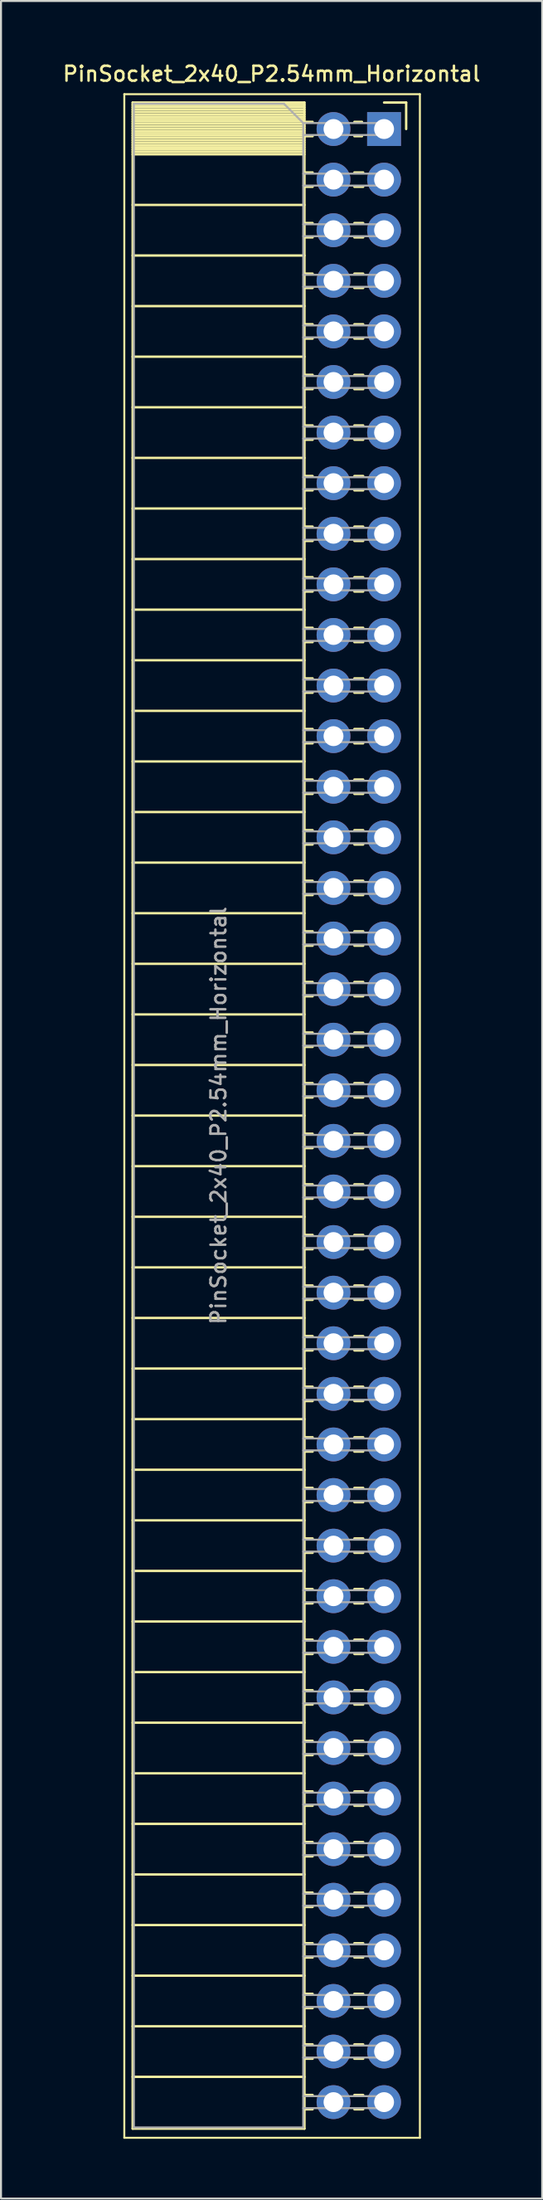
<source format=kicad_pcb>
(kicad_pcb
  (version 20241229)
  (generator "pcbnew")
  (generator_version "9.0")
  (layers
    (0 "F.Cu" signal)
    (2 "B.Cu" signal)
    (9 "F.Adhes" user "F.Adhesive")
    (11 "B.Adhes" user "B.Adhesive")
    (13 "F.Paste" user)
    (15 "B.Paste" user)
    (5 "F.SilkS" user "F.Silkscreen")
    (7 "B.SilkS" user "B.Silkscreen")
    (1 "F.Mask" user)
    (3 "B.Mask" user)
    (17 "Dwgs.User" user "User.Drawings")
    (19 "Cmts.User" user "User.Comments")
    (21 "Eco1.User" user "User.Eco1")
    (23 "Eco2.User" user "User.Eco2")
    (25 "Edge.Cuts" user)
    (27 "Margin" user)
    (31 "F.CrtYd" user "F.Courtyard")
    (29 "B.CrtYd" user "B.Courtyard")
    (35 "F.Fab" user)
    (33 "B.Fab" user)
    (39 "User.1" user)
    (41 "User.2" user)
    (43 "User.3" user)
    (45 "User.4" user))
  (footprint "PinSocket_2x40_P2.54mm_Horizontal"
    (layer "F.Cu")
    (at 16.245 3.428)
    (property "Reference" "PinSocket_2x40_P2.54mm_Horizontal" (at -5.65 -2.77 0) (layer "F.SilkS") (effects (font (size 0.75 0.75) (thickness 0.125))))
    (attr through_hole)
    (fp_line (start -13.05 -1.75) (end -13.05 100.85) (stroke (width 0.1) (type solid)) (layer "F.SilkS"))
    (fp_line (start -13.05 100.85) (end 1.8 100.85) (stroke (width 0.1) (type solid)) (layer "F.SilkS"))
    (fp_line (start -12.63 -1.33) (end -12.63 100.39) (stroke (width 0.12) (type solid)) (layer "F.SilkS"))
    (fp_line (start -12.63 -1.33) (end -4 -1.33) (stroke (width 0.12) (type solid)) (layer "F.SilkS"))
    (fp_line (start -12.63 -1.21) (end -4 -1.21) (stroke (width 0.12) (type solid)) (layer "F.SilkS"))
    (fp_line (start -12.63 -1.092) (end -4 -1.092) (stroke (width 0.12) (type solid)) (layer "F.SilkS"))
    (fp_line (start -12.63 -0.974) (end -4 -0.974) (stroke (width 0.12) (type solid)) (layer "F.SilkS"))
    (fp_line (start -12.63 -0.856) (end -4 -0.856) (stroke (width 0.12) (type solid)) (layer "F.SilkS"))
    (fp_line (start -12.63 -0.738) (end -4 -0.738) (stroke (width 0.12) (type solid)) (layer "F.SilkS"))
    (fp_line (start -12.63 -0.62) (end -4 -0.62) (stroke (width 0.12) (type solid)) (layer "F.SilkS"))
    (fp_line (start -12.63 -0.501) (end -4 -0.501) (stroke (width 0.12) (type solid)) (layer "F.SilkS"))
    (fp_line (start -12.63 -0.383) (end -4 -0.383) (stroke (width 0.12) (type solid)) (layer "F.SilkS"))
    (fp_line (start -12.63 -0.265) (end -4 -0.265) (stroke (width 0.12) (type solid)) (layer "F.SilkS"))
    (fp_line (start -12.63 -0.147) (end -4 -0.147) (stroke (width 0.12) (type solid)) (layer "F.SilkS"))
    (fp_line (start -12.63 -0.029) (end -4 -0.029) (stroke (width 0.12) (type solid)) (layer "F.SilkS"))
    (fp_line (start -12.63 0.089) (end -4 0.089) (stroke (width 0.12) (type solid)) (layer "F.SilkS"))
    (fp_line (start -12.63 0.207) (end -4 0.207) (stroke (width 0.12) (type solid)) (layer "F.SilkS"))
    (fp_line (start -12.63 0.325) (end -4 0.325) (stroke (width 0.12) (type solid)) (layer "F.SilkS"))
    (fp_line (start -12.63 0.443) (end -4 0.443) (stroke (width 0.12) (type solid)) (layer "F.SilkS"))
    (fp_line (start -12.63 0.561) (end -4 0.561) (stroke (width 0.12) (type solid)) (layer "F.SilkS"))
    (fp_line (start -12.63 0.68) (end -4 0.68) (stroke (width 0.12) (type solid)) (layer "F.SilkS"))
    (fp_line (start -12.63 0.798) (end -4 0.798) (stroke (width 0.12) (type solid)) (layer "F.SilkS"))
    (fp_line (start -12.63 0.916) (end -4 0.916) (stroke (width 0.12) (type solid)) (layer "F.SilkS"))
    (fp_line (start -12.63 1.034) (end -4 1.034) (stroke (width 0.12) (type solid)) (layer "F.SilkS"))
    (fp_line (start -12.63 1.152) (end -4 1.152) (stroke (width 0.12) (type solid)) (layer "F.SilkS"))
    (fp_line (start -12.63 1.27) (end -4 1.27) (stroke (width 0.12) (type solid)) (layer "F.SilkS"))
    (fp_line (start -12.63 3.81) (end -4 3.81) (stroke (width 0.12) (type solid)) (layer "F.SilkS"))
    (fp_line (start -12.63 6.35) (end -4 6.35) (stroke (width 0.12) (type solid)) (layer "F.SilkS"))
    (fp_line (start -12.63 8.89) (end -4 8.89) (stroke (width 0.12) (type solid)) (layer "F.SilkS"))
    (fp_line (start -12.63 11.43) (end -4 11.43) (stroke (width 0.12) (type solid)) (layer "F.SilkS"))
    (fp_line (start -12.63 13.97) (end -4 13.97) (stroke (width 0.12) (type solid)) (layer "F.SilkS"))
    (fp_line (start -12.63 16.51) (end -4 16.51) (stroke (width 0.12) (type solid)) (layer "F.SilkS"))
    (fp_line (start -12.63 19.05) (end -4 19.05) (stroke (width 0.12) (type solid)) (layer "F.SilkS"))
    (fp_line (start -12.63 21.59) (end -4 21.59) (stroke (width 0.12) (type solid)) (layer "F.SilkS"))
    (fp_line (start -12.63 24.13) (end -4 24.13) (stroke (width 0.12) (type solid)) (layer "F.SilkS"))
    (fp_line (start -12.63 26.67) (end -4 26.67) (stroke (width 0.12) (type solid)) (layer "F.SilkS"))
    (fp_line (start -12.63 29.21) (end -4 29.21) (stroke (width 0.12) (type solid)) (layer "F.SilkS"))
    (fp_line (start -12.63 31.75) (end -4 31.75) (stroke (width 0.12) (type solid)) (layer "F.SilkS"))
    (fp_line (start -12.63 34.29) (end -4 34.29) (stroke (width 0.12) (type solid)) (layer "F.SilkS"))
    (fp_line (start -12.63 36.83) (end -4 36.83) (stroke (width 0.12) (type solid)) (layer "F.SilkS"))
    (fp_line (start -12.63 39.37) (end -4 39.37) (stroke (width 0.12) (type solid)) (layer "F.SilkS"))
    (fp_line (start -12.63 41.91) (end -4 41.91) (stroke (width 0.12) (type solid)) (layer "F.SilkS"))
    (fp_line (start -12.63 44.45) (end -4 44.45) (stroke (width 0.12) (type solid)) (layer "F.SilkS"))
    (fp_line (start -12.63 46.99) (end -4 46.99) (stroke (width 0.12) (type solid)) (layer "F.SilkS"))
    (fp_line (start -12.63 49.53) (end -4 49.53) (stroke (width 0.12) (type solid)) (layer "F.SilkS"))
    (fp_line (start -12.63 52.07) (end -4 52.07) (stroke (width 0.12) (type solid)) (layer "F.SilkS"))
    (fp_line (start -12.63 54.61) (end -4 54.61) (stroke (width 0.12) (type solid)) (layer "F.SilkS"))
    (fp_line (start -12.63 57.15) (end -4 57.15) (stroke (width 0.12) (type solid)) (layer "F.SilkS"))
    (fp_line (start -12.63 59.69) (end -4 59.69) (stroke (width 0.12) (type solid)) (layer "F.SilkS"))
    (fp_line (start -12.63 62.23) (end -4 62.23) (stroke (width 0.12) (type solid)) (layer "F.SilkS"))
    (fp_line (start -12.63 64.77) (end -4 64.77) (stroke (width 0.12) (type solid)) (layer "F.SilkS"))
    (fp_line (start -12.63 67.31) (end -4 67.31) (stroke (width 0.12) (type solid)) (layer "F.SilkS"))
    (fp_line (start -12.63 69.85) (end -4 69.85) (stroke (width 0.12) (type solid)) (layer "F.SilkS"))
    (fp_line (start -12.63 72.39) (end -4 72.39) (stroke (width 0.12) (type solid)) (layer "F.SilkS"))
    (fp_line (start -12.63 74.93) (end -4 74.93) (stroke (width 0.12) (type solid)) (layer "F.SilkS"))
    (fp_line (start -12.63 77.47) (end -4 77.47) (stroke (width 0.12) (type solid)) (layer "F.SilkS"))
    (fp_line (start -12.63 80.01) (end -4 80.01) (stroke (width 0.12) (type solid)) (layer "F.SilkS"))
    (fp_line (start -12.63 82.55) (end -4 82.55) (stroke (width 0.12) (type solid)) (layer "F.SilkS"))
    (fp_line (start -12.63 85.09) (end -4 85.09) (stroke (width 0.12) (type solid)) (layer "F.SilkS"))
    (fp_line (start -12.63 87.63) (end -4 87.63) (stroke (width 0.12) (type solid)) (layer "F.SilkS"))
    (fp_line (start -12.63 90.17) (end -4 90.17) (stroke (width 0.12) (type solid)) (layer "F.SilkS"))
    (fp_line (start -12.63 92.71) (end -4 92.71) (stroke (width 0.12) (type solid)) (layer "F.SilkS"))
    (fp_line (start -12.63 95.25) (end -4 95.25) (stroke (width 0.12) (type solid)) (layer "F.SilkS"))
    (fp_line (start -12.63 97.79) (end -4 97.79) (stroke (width 0.12) (type solid)) (layer "F.SilkS"))
    (fp_line (start -12.63 100.39) (end -4 100.39) (stroke (width 0.12) (type solid)) (layer "F.SilkS"))
    (fp_line (start -4 -1.33) (end -4 100.39) (stroke (width 0.12) (type solid)) (layer "F.SilkS"))
    (fp_line (start -4 -0.36) (end -3.59 -0.36) (stroke (width 0.12) (type solid)) (layer "F.SilkS"))
    (fp_line (start -4 0.36) (end -3.59 0.36) (stroke (width 0.12) (type solid)) (layer "F.SilkS"))
    (fp_line (start -4 2.18) (end -3.59 2.18) (stroke (width 0.12) (type solid)) (layer "F.SilkS"))
    (fp_line (start -4 2.9) (end -3.59 2.9) (stroke (width 0.12) (type solid)) (layer "F.SilkS"))
    (fp_line (start -4 4.72) (end -3.59 4.72) (stroke (width 0.12) (type solid)) (layer "F.SilkS"))
    (fp_line (start -4 5.44) (end -3.59 5.44) (stroke (width 0.12) (type solid)) (layer "F.SilkS"))
    (fp_line (start -4 7.26) (end -3.59 7.26) (stroke (width 0.12) (type solid)) (layer "F.SilkS"))
    (fp_line (start -4 7.98) (end -3.59 7.98) (stroke (width 0.12) (type solid)) (layer "F.SilkS"))
    (fp_line (start -4 9.8) (end -3.59 9.8) (stroke (width 0.12) (type solid)) (layer "F.SilkS"))
    (fp_line (start -4 10.52) (end -3.59 10.52) (stroke (width 0.12) (type solid)) (layer "F.SilkS"))
    (fp_line (start -4 12.34) (end -3.59 12.34) (stroke (width 0.12) (type solid)) (layer "F.SilkS"))
    (fp_line (start -4 13.06) (end -3.59 13.06) (stroke (width 0.12) (type solid)) (layer "F.SilkS"))
    (fp_line (start -4 14.88) (end -3.59 14.88) (stroke (width 0.12) (type solid)) (layer "F.SilkS"))
    (fp_line (start -4 15.6) (end -3.59 15.6) (stroke (width 0.12) (type solid)) (layer "F.SilkS"))
    (fp_line (start -4 17.42) (end -3.59 17.42) (stroke (width 0.12) (type solid)) (layer "F.SilkS"))
    (fp_line (start -4 18.14) (end -3.59 18.14) (stroke (width 0.12) (type solid)) (layer "F.SilkS"))
    (fp_line (start -4 19.96) (end -3.59 19.96) (stroke (width 0.12) (type solid)) (layer "F.SilkS"))
    (fp_line (start -4 20.68) (end -3.59 20.68) (stroke (width 0.12) (type solid)) (layer "F.SilkS"))
    (fp_line (start -4 22.5) (end -3.59 22.5) (stroke (width 0.12) (type solid)) (layer "F.SilkS"))
    (fp_line (start -4 23.22) (end -3.59 23.22) (stroke (width 0.12) (type solid)) (layer "F.SilkS"))
    (fp_line (start -4 25.04) (end -3.59 25.04) (stroke (width 0.12) (type solid)) (layer "F.SilkS"))
    (fp_line (start -4 25.76) (end -3.59 25.76) (stroke (width 0.12) (type solid)) (layer "F.SilkS"))
    (fp_line (start -4 27.58) (end -3.59 27.58) (stroke (width 0.12) (type solid)) (layer "F.SilkS"))
    (fp_line (start -4 28.3) (end -3.59 28.3) (stroke (width 0.12) (type solid)) (layer "F.SilkS"))
    (fp_line (start -4 30.12) (end -3.59 30.12) (stroke (width 0.12) (type solid)) (layer "F.SilkS"))
    (fp_line (start -4 30.84) (end -3.59 30.84) (stroke (width 0.12) (type solid)) (layer "F.SilkS"))
    (fp_line (start -4 32.66) (end -3.59 32.66) (stroke (width 0.12) (type solid)) (layer "F.SilkS"))
    (fp_line (start -4 33.38) (end -3.59 33.38) (stroke (width 0.12) (type solid)) (layer "F.SilkS"))
    (fp_line (start -4 35.2) (end -3.59 35.2) (stroke (width 0.12) (type solid)) (layer "F.SilkS"))
    (fp_line (start -4 35.92) (end -3.59 35.92) (stroke (width 0.12) (type solid)) (layer "F.SilkS"))
    (fp_line (start -4 37.74) (end -3.59 37.74) (stroke (width 0.12) (type solid)) (layer "F.SilkS"))
    (fp_line (start -4 38.46) (end -3.59 38.46) (stroke (width 0.12) (type solid)) (layer "F.SilkS"))
    (fp_line (start -4 40.28) (end -3.59 40.28) (stroke (width 0.12) (type solid)) (layer "F.SilkS"))
    (fp_line (start -4 41) (end -3.59 41) (stroke (width 0.12) (type solid)) (layer "F.SilkS"))
    (fp_line (start -4 42.82) (end -3.59 42.82) (stroke (width 0.12) (type solid)) (layer "F.SilkS"))
    (fp_line (start -4 43.54) (end -3.59 43.54) (stroke (width 0.12) (type solid)) (layer "F.SilkS"))
    (fp_line (start -4 45.36) (end -3.59 45.36) (stroke (width 0.12) (type solid)) (layer "F.SilkS"))
    (fp_line (start -4 46.08) (end -3.59 46.08) (stroke (width 0.12) (type solid)) (layer "F.SilkS"))
    (fp_line (start -4 47.9) (end -3.59 47.9) (stroke (width 0.12) (type solid)) (layer "F.SilkS"))
    (fp_line (start -4 48.62) (end -3.59 48.62) (stroke (width 0.12) (type solid)) (layer "F.SilkS"))
    (fp_line (start -4 50.44) (end -3.59 50.44) (stroke (width 0.12) (type solid)) (layer "F.SilkS"))
    (fp_line (start -4 51.16) (end -3.59 51.16) (stroke (width 0.12) (type solid)) (layer "F.SilkS"))
    (fp_line (start -4 52.98) (end -3.59 52.98) (stroke (width 0.12) (type solid)) (layer "F.SilkS"))
    (fp_line (start -4 53.7) (end -3.59 53.7) (stroke (width 0.12) (type solid)) (layer "F.SilkS"))
    (fp_line (start -4 55.52) (end -3.59 55.52) (stroke (width 0.12) (type solid)) (layer "F.SilkS"))
    (fp_line (start -4 56.24) (end -3.59 56.24) (stroke (width 0.12) (type solid)) (layer "F.SilkS"))
    (fp_line (start -4 58.06) (end -3.59 58.06) (stroke (width 0.12) (type solid)) (layer "F.SilkS"))
    (fp_line (start -4 58.78) (end -3.59 58.78) (stroke (width 0.12) (type solid)) (layer "F.SilkS"))
    (fp_line (start -4 60.6) (end -3.59 60.6) (stroke (width 0.12) (type solid)) (layer "F.SilkS"))
    (fp_line (start -4 61.32) (end -3.59 61.32) (stroke (width 0.12) (type solid)) (layer "F.SilkS"))
    (fp_line (start -4 63.14) (end -3.59 63.14) (stroke (width 0.12) (type solid)) (layer "F.SilkS"))
    (fp_line (start -4 63.86) (end -3.59 63.86) (stroke (width 0.12) (type solid)) (layer "F.SilkS"))
    (fp_line (start -4 65.68) (end -3.59 65.68) (stroke (width 0.12) (type solid)) (layer "F.SilkS"))
    (fp_line (start -4 66.4) (end -3.59 66.4) (stroke (width 0.12) (type solid)) (layer "F.SilkS"))
    (fp_line (start -4 68.22) (end -3.59 68.22) (stroke (width 0.12) (type solid)) (layer "F.SilkS"))
    (fp_line (start -4 68.94) (end -3.59 68.94) (stroke (width 0.12) (type solid)) (layer "F.SilkS"))
    (fp_line (start -4 70.76) (end -3.59 70.76) (stroke (width 0.12) (type solid)) (layer "F.SilkS"))
    (fp_line (start -4 71.48) (end -3.59 71.48) (stroke (width 0.12) (type solid)) (layer "F.SilkS"))
    (fp_line (start -4 73.3) (end -3.59 73.3) (stroke (width 0.12) (type solid)) (layer "F.SilkS"))
    (fp_line (start -4 74.02) (end -3.59 74.02) (stroke (width 0.12) (type solid)) (layer "F.SilkS"))
    (fp_line (start -4 75.84) (end -3.59 75.84) (stroke (width 0.12) (type solid)) (layer "F.SilkS"))
    (fp_line (start -4 76.56) (end -3.59 76.56) (stroke (width 0.12) (type solid)) (layer "F.SilkS"))
    (fp_line (start -4 78.38) (end -3.59 78.38) (stroke (width 0.12) (type solid)) (layer "F.SilkS"))
    (fp_line (start -4 79.1) (end -3.59 79.1) (stroke (width 0.12) (type solid)) (layer "F.SilkS"))
    (fp_line (start -4 80.92) (end -3.59 80.92) (stroke (width 0.12) (type solid)) (layer "F.SilkS"))
    (fp_line (start -4 81.64) (end -3.59 81.64) (stroke (width 0.12) (type solid)) (layer "F.SilkS"))
    (fp_line (start -4 83.46) (end -3.59 83.46) (stroke (width 0.12) (type solid)) (layer "F.SilkS"))
    (fp_line (start -4 84.18) (end -3.59 84.18) (stroke (width 0.12) (type solid)) (layer "F.SilkS"))
    (fp_line (start -4 86) (end -3.59 86) (stroke (width 0.12) (type solid)) (layer "F.SilkS"))
    (fp_line (start -4 86.72) (end -3.59 86.72) (stroke (width 0.12) (type solid)) (layer "F.SilkS"))
    (fp_line (start -4 88.54) (end -3.59 88.54) (stroke (width 0.12) (type solid)) (layer "F.SilkS"))
    (fp_line (start -4 89.26) (end -3.59 89.26) (stroke (width 0.12) (type solid)) (layer "F.SilkS"))
    (fp_line (start -4 91.08) (end -3.59 91.08) (stroke (width 0.12) (type solid)) (layer "F.SilkS"))
    (fp_line (start -4 91.8) (end -3.59 91.8) (stroke (width 0.12) (type solid)) (layer "F.SilkS"))
    (fp_line (start -4 93.62) (end -3.59 93.62) (stroke (width 0.12) (type solid)) (layer "F.SilkS"))
    (fp_line (start -4 94.34) (end -3.59 94.34) (stroke (width 0.12) (type solid)) (layer "F.SilkS"))
    (fp_line (start -4 96.16) (end -3.59 96.16) (stroke (width 0.12) (type solid)) (layer "F.SilkS"))
    (fp_line (start -4 96.88) (end -3.59 96.88) (stroke (width 0.12) (type solid)) (layer "F.SilkS"))
    (fp_line (start -4 98.7) (end -3.59 98.7) (stroke (width 0.12) (type solid)) (layer "F.SilkS"))
    (fp_line (start -4 99.42) (end -3.59 99.42) (stroke (width 0.12) (type solid)) (layer "F.SilkS"))
    (fp_line (start -1.49 -0.36) (end -1.11 -0.36) (stroke (width 0.12) (type solid)) (layer "F.SilkS"))
    (fp_line (start -1.49 0.36) (end -1.11 0.36) (stroke (width 0.12) (type solid)) (layer "F.SilkS"))
    (fp_line (start -1.49 2.18) (end -1.05 2.18) (stroke (width 0.12) (type solid)) (layer "F.SilkS"))
    (fp_line (start -1.49 2.9) (end -1.05 2.9) (stroke (width 0.12) (type solid)) (layer "F.SilkS"))
    (fp_line (start -1.49 4.72) (end -1.05 4.72) (stroke (width 0.12) (type solid)) (layer "F.SilkS"))
    (fp_line (start -1.49 5.44) (end -1.05 5.44) (stroke (width 0.12) (type solid)) (layer "F.SilkS"))
    (fp_line (start -1.49 7.26) (end -1.05 7.26) (stroke (width 0.12) (type solid)) (layer "F.SilkS"))
    (fp_line (start -1.49 7.98) (end -1.05 7.98) (stroke (width 0.12) (type solid)) (layer "F.SilkS"))
    (fp_line (start -1.49 9.8) (end -1.05 9.8) (stroke (width 0.12) (type solid)) (layer "F.SilkS"))
    (fp_line (start -1.49 10.52) (end -1.05 10.52) (stroke (width 0.12) (type solid)) (layer "F.SilkS"))
    (fp_line (start -1.49 12.34) (end -1.05 12.34) (stroke (width 0.12) (type solid)) (layer "F.SilkS"))
    (fp_line (start -1.49 13.06) (end -1.05 13.06) (stroke (width 0.12) (type solid)) (layer "F.SilkS"))
    (fp_line (start -1.49 14.88) (end -1.05 14.88) (stroke (width 0.12) (type solid)) (layer "F.SilkS"))
    (fp_line (start -1.49 15.6) (end -1.05 15.6) (stroke (width 0.12) (type solid)) (layer "F.SilkS"))
    (fp_line (start -1.49 17.42) (end -1.05 17.42) (stroke (width 0.12) (type solid)) (layer "F.SilkS"))
    (fp_line (start -1.49 18.14) (end -1.05 18.14) (stroke (width 0.12) (type solid)) (layer "F.SilkS"))
    (fp_line (start -1.49 19.96) (end -1.05 19.96) (stroke (width 0.12) (type solid)) (layer "F.SilkS"))
    (fp_line (start -1.49 20.68) (end -1.05 20.68) (stroke (width 0.12) (type solid)) (layer "F.SilkS"))
    (fp_line (start -1.49 22.5) (end -1.05 22.5) (stroke (width 0.12) (type solid)) (layer "F.SilkS"))
    (fp_line (start -1.49 23.22) (end -1.05 23.22) (stroke (width 0.12) (type solid)) (layer "F.SilkS"))
    (fp_line (start -1.49 25.04) (end -1.05 25.04) (stroke (width 0.12) (type solid)) (layer "F.SilkS"))
    (fp_line (start -1.49 25.76) (end -1.05 25.76) (stroke (width 0.12) (type solid)) (layer "F.SilkS"))
    (fp_line (start -1.49 27.58) (end -1.05 27.58) (stroke (width 0.12) (type solid)) (layer "F.SilkS"))
    (fp_line (start -1.49 28.3) (end -1.05 28.3) (stroke (width 0.12) (type solid)) (layer "F.SilkS"))
    (fp_line (start -1.49 30.12) (end -1.05 30.12) (stroke (width 0.12) (type solid)) (layer "F.SilkS"))
    (fp_line (start -1.49 30.84) (end -1.05 30.84) (stroke (width 0.12) (type solid)) (layer "F.SilkS"))
    (fp_line (start -1.49 32.66) (end -1.05 32.66) (stroke (width 0.12) (type solid)) (layer "F.SilkS"))
    (fp_line (start -1.49 33.38) (end -1.05 33.38) (stroke (width 0.12) (type solid)) (layer "F.SilkS"))
    (fp_line (start -1.49 35.2) (end -1.05 35.2) (stroke (width 0.12) (type solid)) (layer "F.SilkS"))
    (fp_line (start -1.49 35.92) (end -1.05 35.92) (stroke (width 0.12) (type solid)) (layer "F.SilkS"))
    (fp_line (start -1.49 37.74) (end -1.05 37.74) (stroke (width 0.12) (type solid)) (layer "F.SilkS"))
    (fp_line (start -1.49 38.46) (end -1.05 38.46) (stroke (width 0.12) (type solid)) (layer "F.SilkS"))
    (fp_line (start -1.49 40.28) (end -1.05 40.28) (stroke (width 0.12) (type solid)) (layer "F.SilkS"))
    (fp_line (start -1.49 41) (end -1.05 41) (stroke (width 0.12) (type solid)) (layer "F.SilkS"))
    (fp_line (start -1.49 42.82) (end -1.05 42.82) (stroke (width 0.12) (type solid)) (layer "F.SilkS"))
    (fp_line (start -1.49 43.54) (end -1.05 43.54) (stroke (width 0.12) (type solid)) (layer "F.SilkS"))
    (fp_line (start -1.49 45.36) (end -1.05 45.36) (stroke (width 0.12) (type solid)) (layer "F.SilkS"))
    (fp_line (start -1.49 46.08) (end -1.05 46.08) (stroke (width 0.12) (type solid)) (layer "F.SilkS"))
    (fp_line (start -1.49 47.9) (end -1.05 47.9) (stroke (width 0.12) (type solid)) (layer "F.SilkS"))
    (fp_line (start -1.49 48.62) (end -1.05 48.62) (stroke (width 0.12) (type solid)) (layer "F.SilkS"))
    (fp_line (start -1.49 50.44) (end -1.05 50.44) (stroke (width 0.12) (type solid)) (layer "F.SilkS"))
    (fp_line (start -1.49 51.16) (end -1.05 51.16) (stroke (width 0.12) (type solid)) (layer "F.SilkS"))
    (fp_line (start -1.49 52.98) (end -1.05 52.98) (stroke (width 0.12) (type solid)) (layer "F.SilkS"))
    (fp_line (start -1.49 53.7) (end -1.05 53.7) (stroke (width 0.12) (type solid)) (layer "F.SilkS"))
    (fp_line (start -1.49 55.52) (end -1.05 55.52) (stroke (width 0.12) (type solid)) (layer "F.SilkS"))
    (fp_line (start -1.49 56.24) (end -1.05 56.24) (stroke (width 0.12) (type solid)) (layer "F.SilkS"))
    (fp_line (start -1.49 58.06) (end -1.05 58.06) (stroke (width 0.12) (type solid)) (layer "F.SilkS"))
    (fp_line (start -1.49 58.78) (end -1.05 58.78) (stroke (width 0.12) (type solid)) (layer "F.SilkS"))
    (fp_line (start -1.49 60.6) (end -1.05 60.6) (stroke (width 0.12) (type solid)) (layer "F.SilkS"))
    (fp_line (start -1.49 61.32) (end -1.05 61.32) (stroke (width 0.12) (type solid)) (layer "F.SilkS"))
    (fp_line (start -1.49 63.14) (end -1.05 63.14) (stroke (width 0.12) (type solid)) (layer "F.SilkS"))
    (fp_line (start -1.49 63.86) (end -1.05 63.86) (stroke (width 0.12) (type solid)) (layer "F.SilkS"))
    (fp_line (start -1.49 65.68) (end -1.05 65.68) (stroke (width 0.12) (type solid)) (layer "F.SilkS"))
    (fp_line (start -1.49 66.4) (end -1.05 66.4) (stroke (width 0.12) (type solid)) (layer "F.SilkS"))
    (fp_line (start -1.49 68.22) (end -1.05 68.22) (stroke (width 0.12) (type solid)) (layer "F.SilkS"))
    (fp_line (start -1.49 68.94) (end -1.05 68.94) (stroke (width 0.12) (type solid)) (layer "F.SilkS"))
    (fp_line (start -1.49 70.76) (end -1.05 70.76) (stroke (width 0.12) (type solid)) (layer "F.SilkS"))
    (fp_line (start -1.49 71.48) (end -1.05 71.48) (stroke (width 0.12) (type solid)) (layer "F.SilkS"))
    (fp_line (start -1.49 73.3) (end -1.05 73.3) (stroke (width 0.12) (type solid)) (layer "F.SilkS"))
    (fp_line (start -1.49 74.02) (end -1.05 74.02) (stroke (width 0.12) (type solid)) (layer "F.SilkS"))
    (fp_line (start -1.49 75.84) (end -1.05 75.84) (stroke (width 0.12) (type solid)) (layer "F.SilkS"))
    (fp_line (start -1.49 76.56) (end -1.05 76.56) (stroke (width 0.12) (type solid)) (layer "F.SilkS"))
    (fp_line (start -1.49 78.38) (end -1.05 78.38) (stroke (width 0.12) (type solid)) (layer "F.SilkS"))
    (fp_line (start -1.49 79.1) (end -1.05 79.1) (stroke (width 0.12) (type solid)) (layer "F.SilkS"))
    (fp_line (start -1.49 80.92) (end -1.05 80.92) (stroke (width 0.12) (type solid)) (layer "F.SilkS"))
    (fp_line (start -1.49 81.64) (end -1.05 81.64) (stroke (width 0.12) (type solid)) (layer "F.SilkS"))
    (fp_line (start -1.49 83.46) (end -1.05 83.46) (stroke (width 0.12) (type solid)) (layer "F.SilkS"))
    (fp_line (start -1.49 84.18) (end -1.05 84.18) (stroke (width 0.12) (type solid)) (layer "F.SilkS"))
    (fp_line (start -1.49 86) (end -1.05 86) (stroke (width 0.12) (type solid)) (layer "F.SilkS"))
    (fp_line (start -1.49 86.72) (end -1.05 86.72) (stroke (width 0.12) (type solid)) (layer "F.SilkS"))
    (fp_line (start -1.49 88.54) (end -1.05 88.54) (stroke (width 0.12) (type solid)) (layer "F.SilkS"))
    (fp_line (start -1.49 89.26) (end -1.05 89.26) (stroke (width 0.12) (type solid)) (layer "F.SilkS"))
    (fp_line (start -1.49 91.08) (end -1.05 91.08) (stroke (width 0.12) (type solid)) (layer "F.SilkS"))
    (fp_line (start -1.49 91.8) (end -1.05 91.8) (stroke (width 0.12) (type solid)) (layer "F.SilkS"))
    (fp_line (start -1.49 93.62) (end -1.05 93.62) (stroke (width 0.12) (type solid)) (layer "F.SilkS"))
    (fp_line (start -1.49 94.34) (end -1.05 94.34) (stroke (width 0.12) (type solid)) (layer "F.SilkS"))
    (fp_line (start -1.49 96.16) (end -1.05 96.16) (stroke (width 0.12) (type solid)) (layer "F.SilkS"))
    (fp_line (start -1.49 96.88) (end -1.05 96.88) (stroke (width 0.12) (type solid)) (layer "F.SilkS"))
    (fp_line (start -1.49 98.7) (end -1.05 98.7) (stroke (width 0.12) (type solid)) (layer "F.SilkS"))
    (fp_line (start -1.49 99.42) (end -1.05 99.42) (stroke (width 0.12) (type solid)) (layer "F.SilkS"))
    (fp_line (start 0 -1.33) (end 1.11 -1.33) (stroke (width 0.12) (type solid)) (layer "F.SilkS"))
    (fp_line (start 1.11 -1.33) (end 1.11 0) (stroke (width 0.12) (type solid)) (layer "F.SilkS"))
    (fp_line (start 1.8 -1.75) (end -13.05 -1.75) (stroke (width 0.1) (type solid)) (layer "F.SilkS"))
    (fp_line (start 1.8 100.85) (end 1.8 -1.75) (stroke (width 0.1) (type solid)) (layer "F.SilkS"))
    (fp_line (start -12.57 -1.27) (end -5.03 -1.27) (stroke (width 0.1) (type solid)) (layer "F.Fab"))
    (fp_line (start -12.57 100.33) (end -12.57 -1.27) (stroke (width 0.1) (type solid)) (layer "F.Fab"))
    (fp_line (start -5.03 -1.27) (end -4.06 -0.3) (stroke (width 0.1) (type solid)) (layer "F.Fab"))
    (fp_line (start -4.06 -0.3) (end -4.06 100.33) (stroke (width 0.1) (type solid)) (layer "F.Fab"))
    (fp_line (start -4.06 0.3) (end 0 0.3) (stroke (width 0.1) (type solid)) (layer "F.Fab"))
    (fp_line (start -4.06 2.84) (end 0 2.84) (stroke (width 0.1) (type solid)) (layer "F.Fab"))
    (fp_line (start -4.06 5.38) (end 0 5.38) (stroke (width 0.1) (type solid)) (layer "F.Fab"))
    (fp_line (start -4.06 7.92) (end 0 7.92) (stroke (width 0.1) (type solid)) (layer "F.Fab"))
    (fp_line (start -4.06 10.46) (end 0 10.46) (stroke (width 0.1) (type solid)) (layer "F.Fab"))
    (fp_line (start -4.06 13) (end 0 13) (stroke (width 0.1) (type solid)) (layer "F.Fab"))
    (fp_line (start -4.06 15.54) (end 0 15.54) (stroke (width 0.1) (type solid)) (layer "F.Fab"))
    (fp_line (start -4.06 18.08) (end 0 18.08) (stroke (width 0.1) (type solid)) (layer "F.Fab"))
    (fp_line (start -4.06 20.62) (end 0 20.62) (stroke (width 0.1) (type solid)) (layer "F.Fab"))
    (fp_line (start -4.06 23.16) (end 0 23.16) (stroke (width 0.1) (type solid)) (layer "F.Fab"))
    (fp_line (start -4.06 25.7) (end 0 25.7) (stroke (width 0.1) (type solid)) (layer "F.Fab"))
    (fp_line (start -4.06 28.24) (end 0 28.24) (stroke (width 0.1) (type solid)) (layer "F.Fab"))
    (fp_line (start -4.06 30.78) (end 0 30.78) (stroke (width 0.1) (type solid)) (layer "F.Fab"))
    (fp_line (start -4.06 33.32) (end 0 33.32) (stroke (width 0.1) (type solid)) (layer "F.Fab"))
    (fp_line (start -4.06 35.86) (end 0 35.86) (stroke (width 0.1) (type solid)) (layer "F.Fab"))
    (fp_line (start -4.06 38.4) (end 0 38.4) (stroke (width 0.1) (type solid)) (layer "F.Fab"))
    (fp_line (start -4.06 40.94) (end 0 40.94) (stroke (width 0.1) (type solid)) (layer "F.Fab"))
    (fp_line (start -4.06 43.48) (end 0 43.48) (stroke (width 0.1) (type solid)) (layer "F.Fab"))
    (fp_line (start -4.06 46.02) (end 0 46.02) (stroke (width 0.1) (type solid)) (layer "F.Fab"))
    (fp_line (start -4.06 48.56) (end 0 48.56) (stroke (width 0.1) (type solid)) (layer "F.Fab"))
    (fp_line (start -4.06 51.1) (end 0 51.1) (stroke (width 0.1) (type solid)) (layer "F.Fab"))
    (fp_line (start -4.06 53.64) (end 0 53.64) (stroke (width 0.1) (type solid)) (layer "F.Fab"))
    (fp_line (start -4.06 56.18) (end 0 56.18) (stroke (width 0.1) (type solid)) (layer "F.Fab"))
    (fp_line (start -4.06 58.72) (end 0 58.72) (stroke (width 0.1) (type solid)) (layer "F.Fab"))
    (fp_line (start -4.06 61.26) (end 0 61.26) (stroke (width 0.1) (type solid)) (layer "F.Fab"))
    (fp_line (start -4.06 63.8) (end 0 63.8) (stroke (width 0.1) (type solid)) (layer "F.Fab"))
    (fp_line (start -4.06 66.34) (end 0 66.34) (stroke (width 0.1) (type solid)) (layer "F.Fab"))
    (fp_line (start -4.06 68.88) (end 0 68.88) (stroke (width 0.1) (type solid)) (layer "F.Fab"))
    (fp_line (start -4.06 71.42) (end 0 71.42) (stroke (width 0.1) (type solid)) (layer "F.Fab"))
    (fp_line (start -4.06 73.96) (end 0 73.96) (stroke (width 0.1) (type solid)) (layer "F.Fab"))
    (fp_line (start -4.06 76.5) (end 0 76.5) (stroke (width 0.1) (type solid)) (layer "F.Fab"))
    (fp_line (start -4.06 79.04) (end 0 79.04) (stroke (width 0.1) (type solid)) (layer "F.Fab"))
    (fp_line (start -4.06 81.58) (end 0 81.58) (stroke (width 0.1) (type solid)) (layer "F.Fab"))
    (fp_line (start -4.06 84.12) (end 0 84.12) (stroke (width 0.1) (type solid)) (layer "F.Fab"))
    (fp_line (start -4.06 86.66) (end 0 86.66) (stroke (width 0.1) (type solid)) (layer "F.Fab"))
    (fp_line (start -4.06 89.2) (end 0 89.2) (stroke (width 0.1) (type solid)) (layer "F.Fab"))
    (fp_line (start -4.06 91.74) (end 0 91.74) (stroke (width 0.1) (type solid)) (layer "F.Fab"))
    (fp_line (start -4.06 94.28) (end 0 94.28) (stroke (width 0.1) (type solid)) (layer "F.Fab"))
    (fp_line (start -4.06 96.82) (end 0 96.82) (stroke (width 0.1) (type solid)) (layer "F.Fab"))
    (fp_line (start -4.06 99.36) (end 0 99.36) (stroke (width 0.1) (type solid)) (layer "F.Fab"))
    (fp_line (start -4.06 100.33) (end -12.57 100.33) (stroke (width 0.1) (type solid)) (layer "F.Fab"))
    (fp_line (start 0 -0.3) (end -4.06 -0.3) (stroke (width 0.1) (type solid)) (layer "F.Fab"))
    (fp_line (start 0 0.3) (end 0 -0.3) (stroke (width 0.1) (type solid)) (layer "F.Fab"))
    (fp_line (start 0 2.24) (end -4.06 2.24) (stroke (width 0.1) (type solid)) (layer "F.Fab"))
    (fp_line (start 0 2.84) (end 0 2.24) (stroke (width 0.1) (type solid)) (layer "F.Fab"))
    (fp_line (start 0 4.78) (end -4.06 4.78) (stroke (width 0.1) (type solid)) (layer "F.Fab"))
    (fp_line (start 0 5.38) (end 0 4.78) (stroke (width 0.1) (type solid)) (layer "F.Fab"))
    (fp_line (start 0 7.32) (end -4.06 7.32) (stroke (width 0.1) (type solid)) (layer "F.Fab"))
    (fp_line (start 0 7.92) (end 0 7.32) (stroke (width 0.1) (type solid)) (layer "F.Fab"))
    (fp_line (start 0 9.86) (end -4.06 9.86) (stroke (width 0.1) (type solid)) (layer "F.Fab"))
    (fp_line (start 0 10.46) (end 0 9.86) (stroke (width 0.1) (type solid)) (layer "F.Fab"))
    (fp_line (start 0 12.4) (end -4.06 12.4) (stroke (width 0.1) (type solid)) (layer "F.Fab"))
    (fp_line (start 0 13) (end 0 12.4) (stroke (width 0.1) (type solid)) (layer "F.Fab"))
    (fp_line (start 0 14.94) (end -4.06 14.94) (stroke (width 0.1) (type solid)) (layer "F.Fab"))
    (fp_line (start 0 15.54) (end 0 14.94) (stroke (width 0.1) (type solid)) (layer "F.Fab"))
    (fp_line (start 0 17.48) (end -4.06 17.48) (stroke (width 0.1) (type solid)) (layer "F.Fab"))
    (fp_line (start 0 18.08) (end 0 17.48) (stroke (width 0.1) (type solid)) (layer "F.Fab"))
    (fp_line (start 0 20.02) (end -4.06 20.02) (stroke (width 0.1) (type solid)) (layer "F.Fab"))
    (fp_line (start 0 20.62) (end 0 20.02) (stroke (width 0.1) (type solid)) (layer "F.Fab"))
    (fp_line (start 0 22.56) (end -4.06 22.56) (stroke (width 0.1) (type solid)) (layer "F.Fab"))
    (fp_line (start 0 23.16) (end 0 22.56) (stroke (width 0.1) (type solid)) (layer "F.Fab"))
    (fp_line (start 0 25.1) (end -4.06 25.1) (stroke (width 0.1) (type solid)) (layer "F.Fab"))
    (fp_line (start 0 25.7) (end 0 25.1) (stroke (width 0.1) (type solid)) (layer "F.Fab"))
    (fp_line (start 0 27.64) (end -4.06 27.64) (stroke (width 0.1) (type solid)) (layer "F.Fab"))
    (fp_line (start 0 28.24) (end 0 27.64) (stroke (width 0.1) (type solid)) (layer "F.Fab"))
    (fp_line (start 0 30.18) (end -4.06 30.18) (stroke (width 0.1) (type solid)) (layer "F.Fab"))
    (fp_line (start 0 30.78) (end 0 30.18) (stroke (width 0.1) (type solid)) (layer "F.Fab"))
    (fp_line (start 0 32.72) (end -4.06 32.72) (stroke (width 0.1) (type solid)) (layer "F.Fab"))
    (fp_line (start 0 33.32) (end 0 32.72) (stroke (width 0.1) (type solid)) (layer "F.Fab"))
    (fp_line (start 0 35.26) (end -4.06 35.26) (stroke (width 0.1) (type solid)) (layer "F.Fab"))
    (fp_line (start 0 35.86) (end 0 35.26) (stroke (width 0.1) (type solid)) (layer "F.Fab"))
    (fp_line (start 0 37.8) (end -4.06 37.8) (stroke (width 0.1) (type solid)) (layer "F.Fab"))
    (fp_line (start 0 38.4) (end 0 37.8) (stroke (width 0.1) (type solid)) (layer "F.Fab"))
    (fp_line (start 0 40.34) (end -4.06 40.34) (stroke (width 0.1) (type solid)) (layer "F.Fab"))
    (fp_line (start 0 40.94) (end 0 40.34) (stroke (width 0.1) (type solid)) (layer "F.Fab"))
    (fp_line (start 0 42.88) (end -4.06 42.88) (stroke (width 0.1) (type solid)) (layer "F.Fab"))
    (fp_line (start 0 43.48) (end 0 42.88) (stroke (width 0.1) (type solid)) (layer "F.Fab"))
    (fp_line (start 0 45.42) (end -4.06 45.42) (stroke (width 0.1) (type solid)) (layer "F.Fab"))
    (fp_line (start 0 46.02) (end 0 45.42) (stroke (width 0.1) (type solid)) (layer "F.Fab"))
    (fp_line (start 0 47.96) (end -4.06 47.96) (stroke (width 0.1) (type solid)) (layer "F.Fab"))
    (fp_line (start 0 48.56) (end 0 47.96) (stroke (width 0.1) (type solid)) (layer "F.Fab"))
    (fp_line (start 0 50.5) (end -4.06 50.5) (stroke (width 0.1) (type solid)) (layer "F.Fab"))
    (fp_line (start 0 51.1) (end 0 50.5) (stroke (width 0.1) (type solid)) (layer "F.Fab"))
    (fp_line (start 0 53.04) (end -4.06 53.04) (stroke (width 0.1) (type solid)) (layer "F.Fab"))
    (fp_line (start 0 53.64) (end 0 53.04) (stroke (width 0.1) (type solid)) (layer "F.Fab"))
    (fp_line (start 0 55.58) (end -4.06 55.58) (stroke (width 0.1) (type solid)) (layer "F.Fab"))
    (fp_line (start 0 56.18) (end 0 55.58) (stroke (width 0.1) (type solid)) (layer "F.Fab"))
    (fp_line (start 0 58.12) (end -4.06 58.12) (stroke (width 0.1) (type solid)) (layer "F.Fab"))
    (fp_line (start 0 58.72) (end 0 58.12) (stroke (width 0.1) (type solid)) (layer "F.Fab"))
    (fp_line (start 0 60.66) (end -4.06 60.66) (stroke (width 0.1) (type solid)) (layer "F.Fab"))
    (fp_line (start 0 61.26) (end 0 60.66) (stroke (width 0.1) (type solid)) (layer "F.Fab"))
    (fp_line (start 0 63.2) (end -4.06 63.2) (stroke (width 0.1) (type solid)) (layer "F.Fab"))
    (fp_line (start 0 63.8) (end 0 63.2) (stroke (width 0.1) (type solid)) (layer "F.Fab"))
    (fp_line (start 0 65.74) (end -4.06 65.74) (stroke (width 0.1) (type solid)) (layer "F.Fab"))
    (fp_line (start 0 66.34) (end 0 65.74) (stroke (width 0.1) (type solid)) (layer "F.Fab"))
    (fp_line (start 0 68.28) (end -4.06 68.28) (stroke (width 0.1) (type solid)) (layer "F.Fab"))
    (fp_line (start 0 68.88) (end 0 68.28) (stroke (width 0.1) (type solid)) (layer "F.Fab"))
    (fp_line (start 0 70.82) (end -4.06 70.82) (stroke (width 0.1) (type solid)) (layer "F.Fab"))
    (fp_line (start 0 71.42) (end 0 70.82) (stroke (width 0.1) (type solid)) (layer "F.Fab"))
    (fp_line (start 0 73.36) (end -4.06 73.36) (stroke (width 0.1) (type solid)) (layer "F.Fab"))
    (fp_line (start 0 73.96) (end 0 73.36) (stroke (width 0.1) (type solid)) (layer "F.Fab"))
    (fp_line (start 0 75.9) (end -4.06 75.9) (stroke (width 0.1) (type solid)) (layer "F.Fab"))
    (fp_line (start 0 76.5) (end 0 75.9) (stroke (width 0.1) (type solid)) (layer "F.Fab"))
    (fp_line (start 0 78.44) (end -4.06 78.44) (stroke (width 0.1) (type solid)) (layer "F.Fab"))
    (fp_line (start 0 79.04) (end 0 78.44) (stroke (width 0.1) (type solid)) (layer "F.Fab"))
    (fp_line (start 0 80.98) (end -4.06 80.98) (stroke (width 0.1) (type solid)) (layer "F.Fab"))
    (fp_line (start 0 81.58) (end 0 80.98) (stroke (width 0.1) (type solid)) (layer "F.Fab"))
    (fp_line (start 0 83.52) (end -4.06 83.52) (stroke (width 0.1) (type solid)) (layer "F.Fab"))
    (fp_line (start 0 84.12) (end 0 83.52) (stroke (width 0.1) (type solid)) (layer "F.Fab"))
    (fp_line (start 0 86.06) (end -4.06 86.06) (stroke (width 0.1) (type solid)) (layer "F.Fab"))
    (fp_line (start 0 86.66) (end 0 86.06) (stroke (width 0.1) (type solid)) (layer "F.Fab"))
    (fp_line (start 0 88.6) (end -4.06 88.6) (stroke (width 0.1) (type solid)) (layer "F.Fab"))
    (fp_line (start 0 89.2) (end 0 88.6) (stroke (width 0.1) (type solid)) (layer "F.Fab"))
    (fp_line (start 0 91.14) (end -4.06 91.14) (stroke (width 0.1) (type solid)) (layer "F.Fab"))
    (fp_line (start 0 91.74) (end 0 91.14) (stroke (width 0.1) (type solid)) (layer "F.Fab"))
    (fp_line (start 0 93.68) (end -4.06 93.68) (stroke (width 0.1) (type solid)) (layer "F.Fab"))
    (fp_line (start 0 94.28) (end 0 93.68) (stroke (width 0.1) (type solid)) (layer "F.Fab"))
    (fp_line (start 0 96.22) (end -4.06 96.22) (stroke (width 0.1) (type solid)) (layer "F.Fab"))
    (fp_line (start 0 96.82) (end 0 96.22) (stroke (width 0.1) (type solid)) (layer "F.Fab"))
    (fp_line (start 0 98.76) (end -4.06 98.76) (stroke (width 0.1) (type solid)) (layer "F.Fab"))
    (fp_line (start 0 99.36) (end 0 98.76) (stroke (width 0.1) (type solid)) (layer "F.Fab"))
    (fp_text user "${REFERENCE}" (at -8.315 49.53 90) (layer "F.Fab") (effects (font (size 0.75 0.75) (thickness 0.125))))
    (pad "1" thru_hole rect (at 0 0) (size 1.7 1.7) (drill 1) (layers "*.Cu" "*.Mask"))
    (pad "2" thru_hole oval (at -2.54 0) (size 1.7 1.7) (drill 1) (layers "*.Cu" "*.Mask"))
    (pad "3" thru_hole oval (at 0 2.54) (size 1.7 1.7) (drill 1) (layers "*.Cu" "*.Mask"))
    (pad "4" thru_hole oval (at -2.54 2.54) (size 1.7 1.7) (drill 1) (layers "*.Cu" "*.Mask"))
    (pad "5" thru_hole oval (at 0 5.08) (size 1.7 1.7) (drill 1) (layers "*.Cu" "*.Mask"))
    (pad "6" thru_hole oval (at -2.54 5.08) (size 1.7 1.7) (drill 1) (layers "*.Cu" "*.Mask"))
    (pad "7" thru_hole oval (at 0 7.62) (size 1.7 1.7) (drill 1) (layers "*.Cu" "*.Mask"))
    (pad "8" thru_hole oval (at -2.54 7.62) (size 1.7 1.7) (drill 1) (layers "*.Cu" "*.Mask"))
    (pad "9" thru_hole oval (at 0 10.16) (size 1.7 1.7) (drill 1) (layers "*.Cu" "*.Mask"))
    (pad "10" thru_hole oval (at -2.54 10.16) (size 1.7 1.7) (drill 1) (layers "*.Cu" "*.Mask"))
    (pad "11" thru_hole oval (at 0 12.7) (size 1.7 1.7) (drill 1) (layers "*.Cu" "*.Mask"))
    (pad "12" thru_hole oval (at -2.54 12.7) (size 1.7 1.7) (drill 1) (layers "*.Cu" "*.Mask"))
    (pad "13" thru_hole oval (at 0 15.24) (size 1.7 1.7) (drill 1) (layers "*.Cu" "*.Mask"))
    (pad "14" thru_hole oval (at -2.54 15.24) (size 1.7 1.7) (drill 1) (layers "*.Cu" "*.Mask"))
    (pad "15" thru_hole oval (at 0 17.78) (size 1.7 1.7) (drill 1) (layers "*.Cu" "*.Mask"))
    (pad "16" thru_hole oval (at -2.54 17.78) (size 1.7 1.7) (drill 1) (layers "*.Cu" "*.Mask"))
    (pad "17" thru_hole oval (at 0 20.32) (size 1.7 1.7) (drill 1) (layers "*.Cu" "*.Mask"))
    (pad "18" thru_hole oval (at -2.54 20.32) (size 1.7 1.7) (drill 1) (layers "*.Cu" "*.Mask"))
    (pad "19" thru_hole oval (at 0 22.86) (size 1.7 1.7) (drill 1) (layers "*.Cu" "*.Mask"))
    (pad "20" thru_hole oval (at -2.54 22.86) (size 1.7 1.7) (drill 1) (layers "*.Cu" "*.Mask"))
    (pad "21" thru_hole oval (at 0 25.4) (size 1.7 1.7) (drill 1) (layers "*.Cu" "*.Mask"))
    (pad "22" thru_hole oval (at -2.54 25.4) (size 1.7 1.7) (drill 1) (layers "*.Cu" "*.Mask"))
    (pad "23" thru_hole oval (at 0 27.94) (size 1.7 1.7) (drill 1) (layers "*.Cu" "*.Mask"))
    (pad "24" thru_hole oval (at -2.54 27.94) (size 1.7 1.7) (drill 1) (layers "*.Cu" "*.Mask"))
    (pad "25" thru_hole oval (at 0 30.48) (size 1.7 1.7) (drill 1) (layers "*.Cu" "*.Mask"))
    (pad "26" thru_hole oval (at -2.54 30.48) (size 1.7 1.7) (drill 1) (layers "*.Cu" "*.Mask"))
    (pad "27" thru_hole oval (at 0 33.02) (size 1.7 1.7) (drill 1) (layers "*.Cu" "*.Mask"))
    (pad "28" thru_hole oval (at -2.54 33.02) (size 1.7 1.7) (drill 1) (layers "*.Cu" "*.Mask"))
    (pad "29" thru_hole oval (at 0 35.56) (size 1.7 1.7) (drill 1) (layers "*.Cu" "*.Mask"))
    (pad "30" thru_hole oval (at -2.54 35.56) (size 1.7 1.7) (drill 1) (layers "*.Cu" "*.Mask"))
    (pad "31" thru_hole oval (at 0 38.1) (size 1.7 1.7) (drill 1) (layers "*.Cu" "*.Mask"))
    (pad "32" thru_hole oval (at -2.54 38.1) (size 1.7 1.7) (drill 1) (layers "*.Cu" "*.Mask"))
    (pad "33" thru_hole oval (at 0 40.64) (size 1.7 1.7) (drill 1) (layers "*.Cu" "*.Mask"))
    (pad "34" thru_hole oval (at -2.54 40.64) (size 1.7 1.7) (drill 1) (layers "*.Cu" "*.Mask"))
    (pad "35" thru_hole oval (at 0 43.18) (size 1.7 1.7) (drill 1) (layers "*.Cu" "*.Mask"))
    (pad "36" thru_hole oval (at -2.54 43.18) (size 1.7 1.7) (drill 1) (layers "*.Cu" "*.Mask"))
    (pad "37" thru_hole oval (at 0 45.72) (size 1.7 1.7) (drill 1) (layers "*.Cu" "*.Mask"))
    (pad "38" thru_hole oval (at -2.54 45.72) (size 1.7 1.7) (drill 1) (layers "*.Cu" "*.Mask"))
    (pad "39" thru_hole oval (at 0 48.26) (size 1.7 1.7) (drill 1) (layers "*.Cu" "*.Mask"))
    (pad "40" thru_hole oval (at -2.54 48.26) (size 1.7 1.7) (drill 1) (layers "*.Cu" "*.Mask"))
    (pad "41" thru_hole oval (at 0 50.8) (size 1.7 1.7) (drill 1) (layers "*.Cu" "*.Mask"))
    (pad "42" thru_hole oval (at -2.54 50.8) (size 1.7 1.7) (drill 1) (layers "*.Cu" "*.Mask"))
    (pad "43" thru_hole oval (at 0 53.34) (size 1.7 1.7) (drill 1) (layers "*.Cu" "*.Mask"))
    (pad "44" thru_hole oval (at -2.54 53.34) (size 1.7 1.7) (drill 1) (layers "*.Cu" "*.Mask"))
    (pad "45" thru_hole oval (at 0 55.88) (size 1.7 1.7) (drill 1) (layers "*.Cu" "*.Mask"))
    (pad "46" thru_hole oval (at -2.54 55.88) (size 1.7 1.7) (drill 1) (layers "*.Cu" "*.Mask"))
    (pad "47" thru_hole oval (at 0 58.42) (size 1.7 1.7) (drill 1) (layers "*.Cu" "*.Mask"))
    (pad "48" thru_hole oval (at -2.54 58.42) (size 1.7 1.7) (drill 1) (layers "*.Cu" "*.Mask"))
    (pad "49" thru_hole oval (at 0 60.96) (size 1.7 1.7) (drill 1) (layers "*.Cu" "*.Mask"))
    (pad "50" thru_hole oval (at -2.54 60.96) (size 1.7 1.7) (drill 1) (layers "*.Cu" "*.Mask"))
    (pad "51" thru_hole oval (at 0 63.5) (size 1.7 1.7) (drill 1) (layers "*.Cu" "*.Mask"))
    (pad "52" thru_hole oval (at -2.54 63.5) (size 1.7 1.7) (drill 1) (layers "*.Cu" "*.Mask"))
    (pad "53" thru_hole oval (at 0 66.04) (size 1.7 1.7) (drill 1) (layers "*.Cu" "*.Mask"))
    (pad "54" thru_hole oval (at -2.54 66.04) (size 1.7 1.7) (drill 1) (layers "*.Cu" "*.Mask"))
    (pad "55" thru_hole oval (at 0 68.58) (size 1.7 1.7) (drill 1) (layers "*.Cu" "*.Mask"))
    (pad "56" thru_hole oval (at -2.54 68.58) (size 1.7 1.7) (drill 1) (layers "*.Cu" "*.Mask"))
    (pad "57" thru_hole oval (at 0 71.12) (size 1.7 1.7) (drill 1) (layers "*.Cu" "*.Mask"))
    (pad "58" thru_hole oval (at -2.54 71.12) (size 1.7 1.7) (drill 1) (layers "*.Cu" "*.Mask"))
    (pad "59" thru_hole oval (at 0 73.66) (size 1.7 1.7) (drill 1) (layers "*.Cu" "*.Mask"))
    (pad "60" thru_hole oval (at -2.54 73.66) (size 1.7 1.7) (drill 1) (layers "*.Cu" "*.Mask"))
    (pad "61" thru_hole oval (at 0 76.2) (size 1.7 1.7) (drill 1) (layers "*.Cu" "*.Mask"))
    (pad "62" thru_hole oval (at -2.54 76.2) (size 1.7 1.7) (drill 1) (layers "*.Cu" "*.Mask"))
    (pad "63" thru_hole oval (at 0 78.74) (size 1.7 1.7) (drill 1) (layers "*.Cu" "*.Mask"))
    (pad "64" thru_hole oval (at -2.54 78.74) (size 1.7 1.7) (drill 1) (layers "*.Cu" "*.Mask"))
    (pad "65" thru_hole oval (at 0 81.28) (size 1.7 1.7) (drill 1) (layers "*.Cu" "*.Mask"))
    (pad "66" thru_hole oval (at -2.54 81.28) (size 1.7 1.7) (drill 1) (layers "*.Cu" "*.Mask"))
    (pad "67" thru_hole oval (at 0 83.82) (size 1.7 1.7) (drill 1) (layers "*.Cu" "*.Mask"))
    (pad "68" thru_hole oval (at -2.54 83.82) (size 1.7 1.7) (drill 1) (layers "*.Cu" "*.Mask"))
    (pad "69" thru_hole oval (at 0 86.36) (size 1.7 1.7) (drill 1) (layers "*.Cu" "*.Mask"))
    (pad "70" thru_hole oval (at -2.54 86.36) (size 1.7 1.7) (drill 1) (layers "*.Cu" "*.Mask"))
    (pad "71" thru_hole oval (at 0 88.9) (size 1.7 1.7) (drill 1) (layers "*.Cu" "*.Mask"))
    (pad "72" thru_hole oval (at -2.54 88.9) (size 1.7 1.7) (drill 1) (layers "*.Cu" "*.Mask"))
    (pad "73" thru_hole oval (at 0 91.44) (size 1.7 1.7) (drill 1) (layers "*.Cu" "*.Mask"))
    (pad "74" thru_hole oval (at -2.54 91.44) (size 1.7 1.7) (drill 1) (layers "*.Cu" "*.Mask"))
    (pad "75" thru_hole oval (at 0 93.98) (size 1.7 1.7) (drill 1) (layers "*.Cu" "*.Mask"))
    (pad "76" thru_hole oval (at -2.54 93.98) (size 1.7 1.7) (drill 1) (layers "*.Cu" "*.Mask"))
    (pad "77" thru_hole oval (at 0 96.52) (size 1.7 1.7) (drill 1) (layers "*.Cu" "*.Mask"))
    (pad "78" thru_hole oval (at -2.54 96.52) (size 1.7 1.7) (drill 1) (layers "*.Cu" "*.Mask"))
    (pad "79" thru_hole oval (at 0 99.06) (size 1.7 1.7) (drill 1) (layers "*.Cu" "*.Mask"))
    (pad "80" thru_hole oval (at -2.54 99.06) (size 1.7 1.7) (drill 1) (layers "*.Cu" "*.Mask")))
  (gr_rect
    (start -3 -3)
    (end 24.189 107.328)
    (stroke (width 0.1) (type default))
    (fill no)
    (layer "Edge.Cuts")))
</source>
